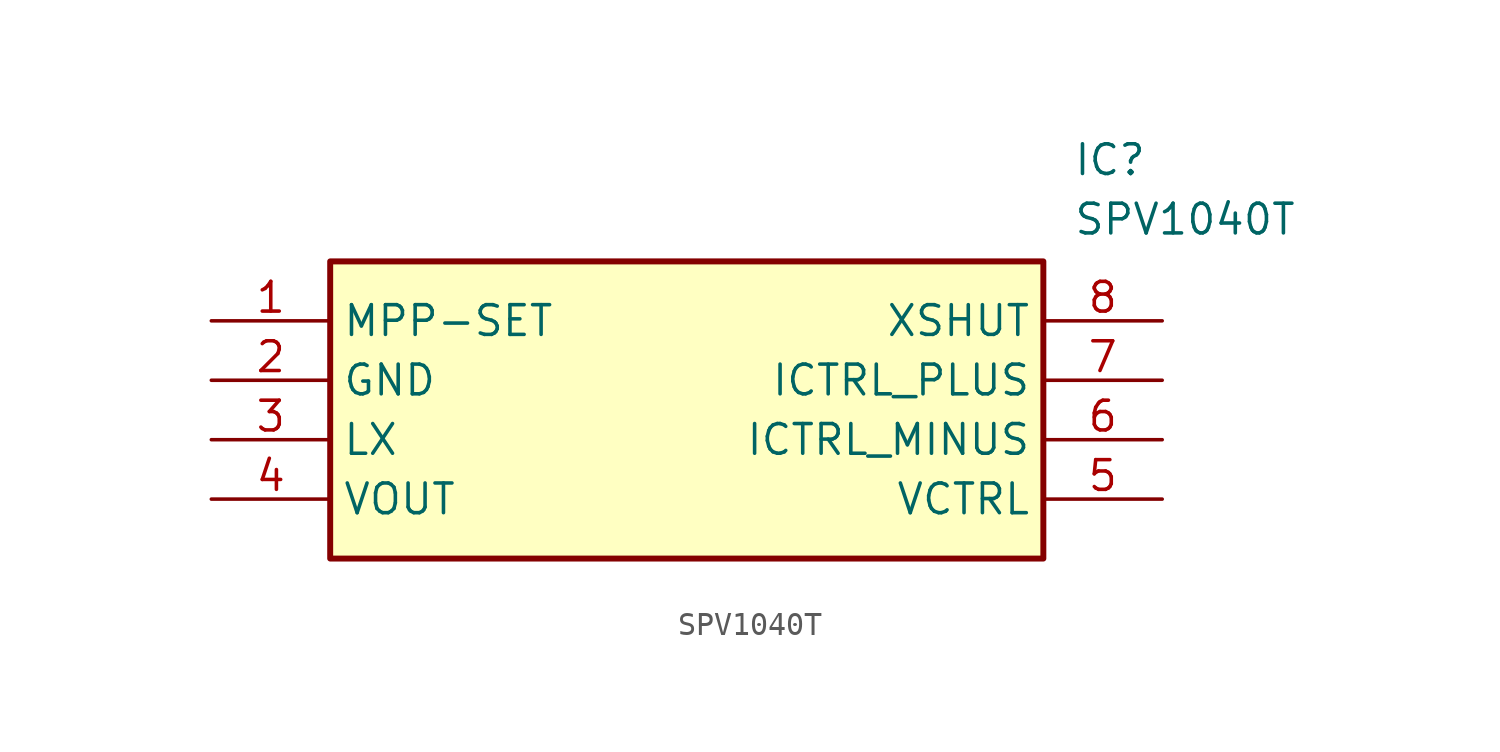
<source format=kicad_sym>
(kicad_symbol_lib
  (version 20211014)
  (generator SamacSys_ECAD_Model)
  (symbol "SPV1040T"
    (property "Reference" "IC"
      (at 36.83 7.62 0)
      (effects (font (size 1.27 1.27)) (justify left top)))
    (property "Value" "SPV1040T"
      (at 36.83 5.08 0)
      (effects (font (size 1.27 1.27)) (justify left top)))
    (rectangle
      (start 5.08 2.54)
      (end 35.56 -10.16)
      (stroke (width 0.254) (type default))
      (fill (type background)))
    (pin passive line
      (at 0 0 0)
      (length 5.08)
      (name "MPP-SET" (effects (font (size 1.27 1.27))))
      (number "1" (effects (font (size 1.27 1.27)))))
    (pin passive line
      (at 0 -2.54 0)
      (length 5.08)
      (name "GND" (effects (font (size 1.27 1.27))))
      (number "2" (effects (font (size 1.27 1.27)))))
    (pin passive line
      (at 0 -5.08 0)
      (length 5.08)
      (name "LX" (effects (font (size 1.27 1.27))))
      (number "3" (effects (font (size 1.27 1.27)))))
    (pin passive line
      (at 0 -7.62 0)
      (length 5.08)
      (name "VOUT" (effects (font (size 1.27 1.27))))
      (number "4" (effects (font (size 1.27 1.27)))))
    (pin passive line
      (at 40.64 0 180)
      (length 5.08)
      (name "XSHUT" (effects (font (size 1.27 1.27))))
      (number "8" (effects (font (size 1.27 1.27)))))
    (pin passive line
      (at 40.64 -2.54 180)
      (length 5.08)
      (name "ICTRL_PLUS" (effects (font (size 1.27 1.27))))
      (number "7" (effects (font (size 1.27 1.27)))))
    (pin passive line
      (at 40.64 -5.08 180)
      (length 5.08)
      (name "ICTRL_MINUS" (effects (font (size 1.27 1.27))))
      (number "6" (effects (font (size 1.27 1.27)))))
    (pin passive line
      (at 40.64 -7.62 180)
      (length 5.08)
      (name "VCTRL" (effects (font (size 1.27 1.27))))
      (number "5" (effects (font (size 1.27 1.27)))))))
</source>
